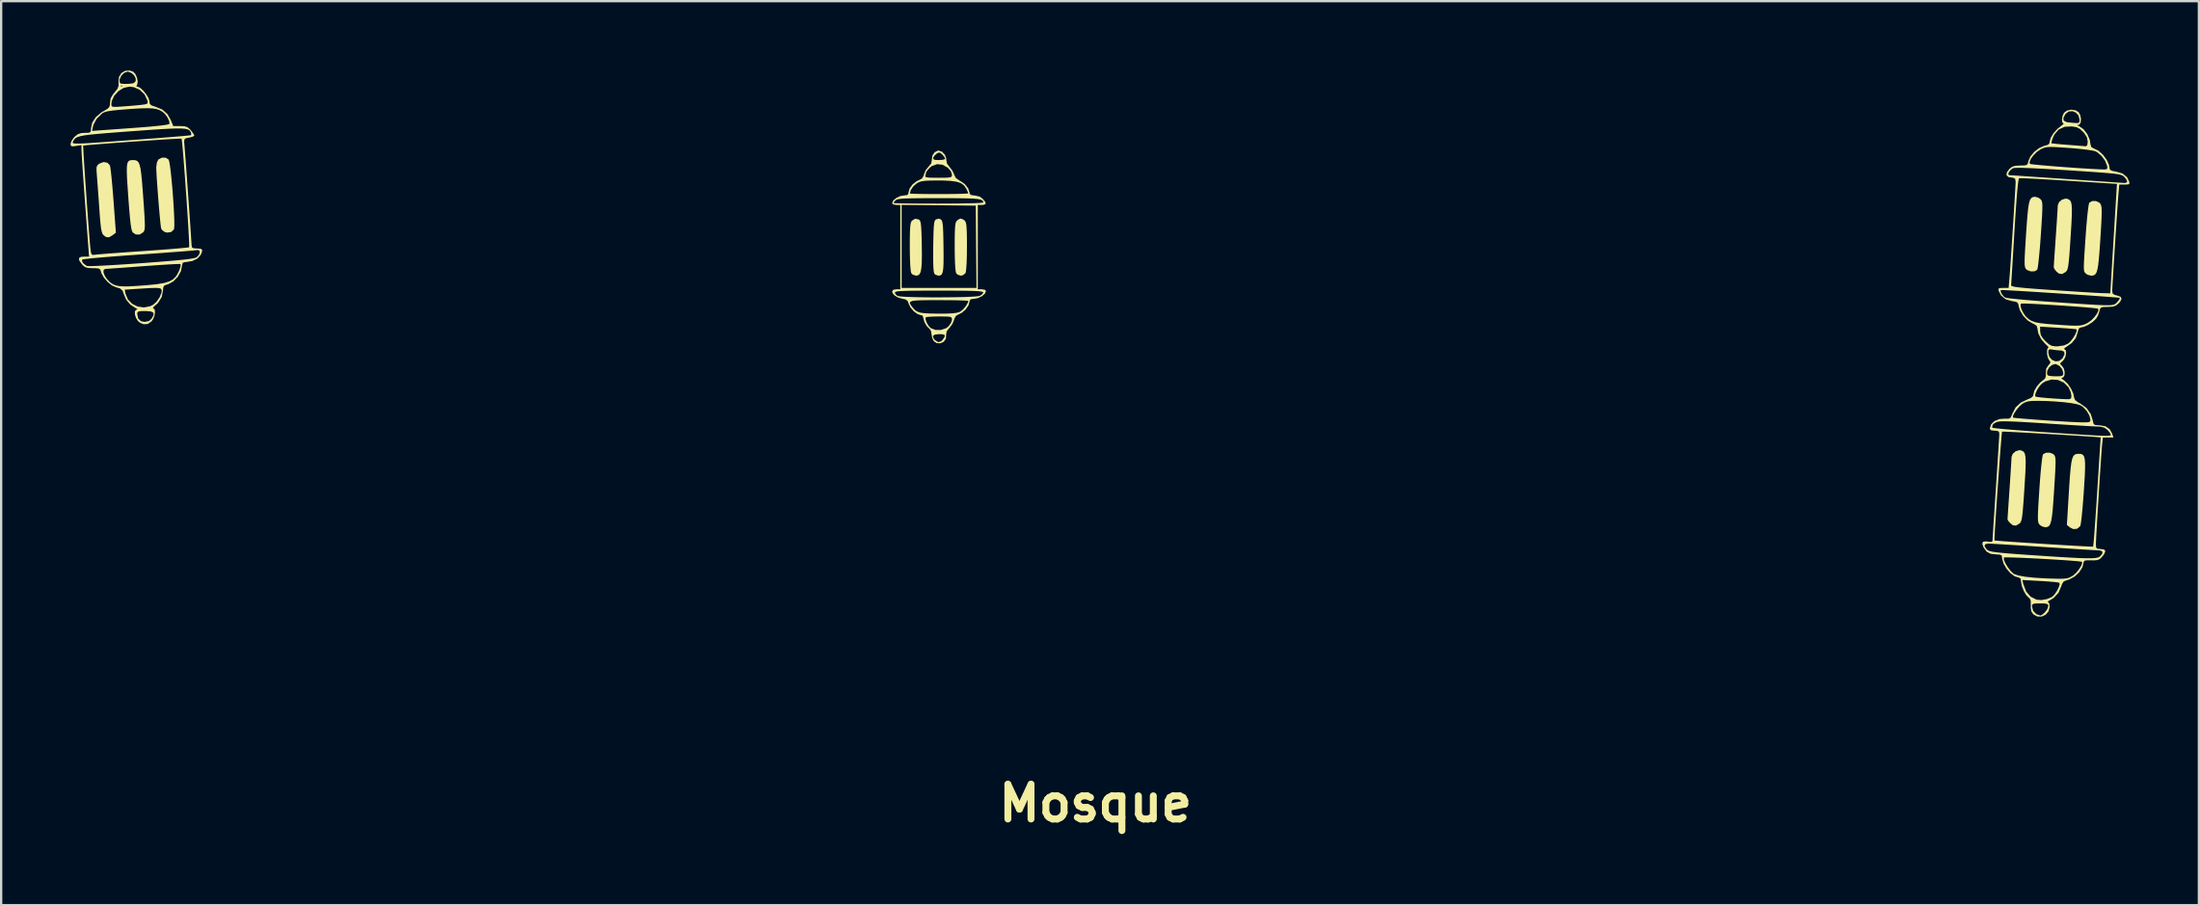
<source format=kicad_pcb>
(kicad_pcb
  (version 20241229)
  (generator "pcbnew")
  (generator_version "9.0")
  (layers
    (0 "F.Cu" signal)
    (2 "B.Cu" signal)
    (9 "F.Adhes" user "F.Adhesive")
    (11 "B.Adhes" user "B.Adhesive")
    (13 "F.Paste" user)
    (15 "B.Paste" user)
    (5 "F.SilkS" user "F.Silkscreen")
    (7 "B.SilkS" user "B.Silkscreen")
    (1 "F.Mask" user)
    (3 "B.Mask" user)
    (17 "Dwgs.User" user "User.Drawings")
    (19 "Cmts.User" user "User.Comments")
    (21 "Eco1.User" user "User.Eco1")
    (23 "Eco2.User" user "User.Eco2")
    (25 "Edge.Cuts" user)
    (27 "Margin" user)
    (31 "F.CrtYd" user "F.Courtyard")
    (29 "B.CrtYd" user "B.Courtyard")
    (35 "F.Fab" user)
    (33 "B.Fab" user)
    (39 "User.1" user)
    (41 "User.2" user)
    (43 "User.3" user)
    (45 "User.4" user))
  (footprint "Mosque"
    (layer "F.Cu")
    (at 44.303 31.682)
    (property "Reference" "Mosque" (at 0 0 0) (layer "F.SilkS") (effects (font (size 1.5 1.5) (thickness 0.3))))
    (attr board_only exclude_from_pos_files exclude_from_bom)
    (fp_poly (pts (xy -7.653 -25.247) (xy -7.614 -25.225) (xy -7.581 -25.184) (xy -7.555 -25.097) (xy -7.537 -24.95) (xy -7.523 -24.727) (xy -7.513 -24.412) (xy -7.508 -24.152) (xy -7.503 -23.714) (xy -7.508 -23.381) (xy -7.526 -23.139) (xy -7.558 -22.974) (xy -7.608 -22.874) (xy -7.678 -22.825) (xy -7.758 -22.813) (xy -7.9 -22.858) (xy -7.965 -22.927) (xy -7.986 -23.025) (xy -8.004 -23.223) (xy -8.017 -23.502) (xy -8.024 -23.844) (xy -8.026 -24.069) (xy -8.024 -24.453) (xy -8.018 -24.736) (xy -8.007 -24.935) (xy -7.989 -25.067) (xy -7.963 -25.148) (xy -7.933 -25.19) (xy -7.798 -25.274)) (stroke (width 0) (type solid)) (fill yes) (layer "F.SilkS"))
    (fp_poly (pts (xy -42.708 -27.694) (xy -42.604 -27.586) (xy -42.585 -27.502) (xy -42.56 -27.317) (xy -42.531 -27.051) (xy -42.5 -26.719) (xy -42.468 -26.341) (xy -42.448 -26.081) (xy -42.344 -24.675) (xy -42.478 -24.567) (xy -42.637 -24.473) (xy -42.773 -24.484) (xy -42.882 -24.567) (xy -42.923 -24.625) (xy -42.956 -24.717) (xy -42.985 -24.862) (xy -43.01 -25.076) (xy -43.036 -25.376) (xy -43.059 -25.699) (xy -43.085 -26.071) (xy -43.112 -26.437) (xy -43.136 -26.765) (xy -43.156 -27.027) (xy -43.165 -27.143) (xy -43.181 -27.363) (xy -43.179 -27.497) (xy -43.15 -27.577) (xy -43.089 -27.635) (xy -43.049 -27.662) (xy -42.871 -27.727)) (stroke (width 0) (type solid)) (fill yes) (layer "F.SilkS"))
    (fp_poly (pts (xy -5.718 -25.244) (xy -5.649 -25.19) (xy -5.614 -25.138) (xy -5.589 -25.05) (xy -5.573 -24.909) (xy -5.562 -24.698) (xy -5.557 -24.4) (xy -5.556 -24.069) (xy -5.56 -23.699) (xy -5.569 -23.381) (xy -5.585 -23.133) (xy -5.604 -22.973) (xy -5.617 -22.927) (xy -5.722 -22.835) (xy -5.821 -22.813) (xy -5.96 -22.858) (xy -6.025 -22.927) (xy -6.046 -23.025) (xy -6.064 -23.223) (xy -6.077 -23.502) (xy -6.084 -23.844) (xy -6.085 -24.069) (xy -6.084 -24.453) (xy -6.078 -24.736) (xy -6.067 -24.935) (xy -6.049 -25.067) (xy -6.023 -25.148) (xy -5.993 -25.19) (xy -5.885 -25.265) (xy -5.821 -25.282)) (stroke (width 0) (type solid)) (fill yes) (layer "F.SilkS"))
    (fp_poly (pts (xy 42.606 -15.103) (xy 42.678 -15.071) (xy 42.729 -15.004) (xy 42.761 -14.887) (xy 42.777 -14.708) (xy 42.776 -14.456) (xy 42.762 -14.116) (xy 42.735 -13.678) (xy 42.721 -13.464) (xy 42.692 -13.069) (xy 42.662 -12.709) (xy 42.632 -12.404) (xy 42.604 -12.169) (xy 42.58 -12.024) (xy 42.569 -11.987) (xy 42.438 -11.872) (xy 42.272 -11.855) (xy 42.126 -11.925) (xy 41.991 -12.035) (xy 42.061 -13.205) (xy 42.093 -13.728) (xy 42.122 -14.146) (xy 42.151 -14.47) (xy 42.181 -14.712) (xy 42.217 -14.884) (xy 42.261 -14.998) (xy 42.316 -15.066) (xy 42.385 -15.099) (xy 42.47 -15.11) (xy 42.513 -15.111)) (stroke (width 0) (type solid)) (fill yes) (layer "F.SilkS"))
    (fp_poly (pts (xy -6.688 -25.246) (xy -6.652 -25.212) (xy -6.624 -25.151) (xy -6.604 -25.046) (xy -6.59 -24.881) (xy -6.58 -24.641) (xy -6.573 -24.308) (xy -6.569 -24.078) (xy -6.565 -23.66) (xy -6.568 -23.344) (xy -6.58 -23.117) (xy -6.604 -22.965) (xy -6.643 -22.873) (xy -6.699 -22.827) (xy -6.774 -22.813) (xy -6.791 -22.813) (xy -6.917 -22.855) (xy -6.961 -22.894) (xy -6.988 -22.978) (xy -7.006 -23.158) (xy -7.015 -23.44) (xy -7.016 -23.83) (xy -7.013 -24.078) (xy -7.006 -24.469) (xy -6.998 -24.759) (xy -6.986 -24.963) (xy -6.97 -25.099) (xy -6.947 -25.182) (xy -6.915 -25.23) (xy -6.894 -25.246) (xy -6.767 -25.28)) (stroke (width 0) (type solid)) (fill yes) (layer "F.SilkS"))
    (fp_poly (pts (xy -40.193 -27.914) (xy -40.066 -27.835) (xy -40.037 -27.748) (xy -40.006 -27.564) (xy -39.972 -27.303) (xy -39.939 -26.985) (xy -39.906 -26.63) (xy -39.877 -26.258) (xy -39.851 -25.89) (xy -39.832 -25.545) (xy -39.82 -25.244) (xy -39.817 -25.007) (xy -39.825 -24.854) (xy -39.835 -24.812) (xy -39.955 -24.7) (xy -40.129 -24.675) (xy -40.228 -24.699) (xy -40.343 -24.781) (xy -40.387 -24.852) (xy -40.402 -24.944) (xy -40.423 -25.131) (xy -40.448 -25.393) (xy -40.476 -25.706) (xy -40.505 -26.051) (xy -40.532 -26.404) (xy -40.557 -26.745) (xy -40.578 -27.051) (xy -40.592 -27.302) (xy -40.599 -27.474) (xy -40.599 -27.498) (xy -40.575 -27.693) (xy -40.513 -27.828) (xy -40.506 -27.836) (xy -40.359 -27.915)) (stroke (width 0) (type solid)) (fill yes) (layer "F.SilkS"))
    (fp_poly (pts (xy -41.504 -27.805) (xy -41.428 -27.777) (xy -41.367 -27.717) (xy -41.319 -27.609) (xy -41.28 -27.443) (xy -41.246 -27.203) (xy -41.214 -26.879) (xy -41.181 -26.457) (xy -41.162 -26.202) (xy -41.131 -25.76) (xy -41.109 -25.42) (xy -41.096 -25.167) (xy -41.091 -24.986) (xy -41.096 -24.863) (xy -41.11 -24.782) (xy -41.132 -24.728) (xy -41.163 -24.688) (xy -41.316 -24.592) (xy -41.485 -24.595) (xy -41.613 -24.68) (xy -41.646 -24.741) (xy -41.676 -24.855) (xy -41.704 -25.034) (xy -41.733 -25.291) (xy -41.764 -25.639) (xy -41.799 -26.088) (xy -41.807 -26.207) (xy -41.84 -26.682) (xy -41.863 -27.053) (xy -41.872 -27.332) (xy -41.868 -27.532) (xy -41.848 -27.667) (xy -41.81 -27.75) (xy -41.754 -27.793) (xy -41.676 -27.808) (xy -41.6 -27.811)) (stroke (width 0) (type solid)) (fill yes) (layer "F.SilkS"))
    (fp_poly (pts (xy 40.008 -15.259) (xy 40.082 -15.228) (xy 40.138 -15.18) (xy 40.177 -15.1) (xy 40.2 -14.975) (xy 40.21 -14.792) (xy 40.206 -14.537) (xy 40.19 -14.196) (xy 40.163 -13.755) (xy 40.153 -13.602) (xy 40.124 -13.157) (xy 40.098 -12.815) (xy 40.076 -12.56) (xy 40.053 -12.378) (xy 40.029 -12.255) (xy 40.001 -12.174) (xy 39.967 -12.122) (xy 39.942 -12.097) (xy 39.789 -12.006) (xy 39.651 -12.025) (xy 39.541 -12.112) (xy 39.455 -12.212) (xy 39.424 -12.274) (xy 39.428 -12.343) (xy 39.439 -12.512) (xy 39.456 -12.763) (xy 39.477 -13.078) (xy 39.501 -13.439) (xy 39.511 -13.582) (xy 39.537 -13.963) (xy 39.559 -14.31) (xy 39.578 -14.605) (xy 39.591 -14.827) (xy 39.597 -14.957) (xy 39.598 -14.977) (xy 39.651 -15.113) (xy 39.776 -15.22) (xy 39.931 -15.268)) (stroke (width 0) (type solid)) (fill yes) (layer "F.SilkS"))
    (fp_poly (pts (xy 40.767 -26.181) (xy 40.859 -26.111) (xy 40.89 -26.07) (xy 40.912 -26.016) (xy 40.926 -25.934) (xy 40.931 -25.81) (xy 40.928 -25.628) (xy 40.916 -25.374) (xy 40.895 -25.034) (xy 40.866 -24.591) (xy 40.864 -24.569) (xy 40.835 -24.168) (xy 40.804 -23.805) (xy 40.773 -23.495) (xy 40.745 -23.257) (xy 40.72 -23.108) (xy 40.706 -23.065) (xy 40.586 -23) (xy 40.423 -22.999) (xy 40.272 -23.056) (xy 40.228 -23.094) (xy 40.199 -23.135) (xy 40.178 -23.194) (xy 40.166 -23.285) (xy 40.163 -23.424) (xy 40.168 -23.624) (xy 40.182 -23.902) (xy 40.204 -24.271) (xy 40.226 -24.608) (xy 40.259 -25.087) (xy 40.289 -25.46) (xy 40.319 -25.742) (xy 40.353 -25.945) (xy 40.395 -26.082) (xy 40.446 -26.165) (xy 40.511 -26.208) (xy 40.592 -26.222) (xy 40.628 -26.223)) (stroke (width 0) (type solid)) (fill yes) (layer "F.SilkS"))
    (fp_poly (pts (xy 41.396 -15.103) (xy 41.437 -15.067) (xy 41.466 -15.025) (xy 41.486 -14.964) (xy 41.498 -14.87) (xy 41.501 -14.726) (xy 41.495 -14.519) (xy 41.481 -14.233) (xy 41.458 -13.855) (xy 41.439 -13.553) (xy 41.407 -13.074) (xy 41.378 -12.699) (xy 41.347 -12.417) (xy 41.313 -12.214) (xy 41.272 -12.077) (xy 41.221 -11.994) (xy 41.157 -11.951) (xy 41.076 -11.937) (xy 41.04 -11.936) (xy 40.902 -11.978) (xy 40.81 -12.048) (xy 40.778 -12.089) (xy 40.756 -12.143) (xy 40.742 -12.226) (xy 40.737 -12.351) (xy 40.74 -12.534) (xy 40.752 -12.789) (xy 40.772 -13.132) (xy 40.801 -13.577) (xy 40.801 -13.586) (xy 40.831 -14.008) (xy 40.863 -14.382) (xy 40.894 -14.692) (xy 40.923 -14.924) (xy 40.948 -15.061) (xy 40.96 -15.091) (xy 41.081 -15.157) (xy 41.245 -15.16)) (stroke (width 0) (type solid)) (fill yes) (layer "F.SilkS"))
    (fp_poly (pts (xy 42.007 -26.136) (xy 42.08 -26.105) (xy 42.136 -26.057) (xy 42.175 -25.978) (xy 42.198 -25.853) (xy 42.207 -25.67) (xy 42.203 -25.415) (xy 42.188 -25.073) (xy 42.161 -24.632) (xy 42.151 -24.481) (xy 42.122 -24.035) (xy 42.097 -23.693) (xy 42.074 -23.438) (xy 42.052 -23.256) (xy 42.028 -23.132) (xy 42 -23.051) (xy 41.966 -23) (xy 41.94 -22.975) (xy 41.788 -22.884) (xy 41.65 -22.903) (xy 41.54 -22.989) (xy 41.453 -23.1) (xy 41.423 -23.18) (xy 41.427 -23.259) (xy 41.438 -23.436) (xy 41.455 -23.694) (xy 41.477 -24.013) (xy 41.502 -24.376) (xy 41.51 -24.489) (xy 41.536 -24.865) (xy 41.559 -25.208) (xy 41.577 -25.498) (xy 41.59 -25.715) (xy 41.597 -25.839) (xy 41.597 -25.854) (xy 41.65 -25.99) (xy 41.776 -26.097) (xy 41.93 -26.145)) (stroke (width 0) (type solid)) (fill yes) (layer "F.SilkS"))
    (fp_poly (pts (xy 43.247 -26.039) (xy 43.393 -25.971) (xy 43.443 -25.914) (xy 43.469 -25.858) (xy 43.486 -25.776) (xy 43.495 -25.654) (xy 43.495 -25.476) (xy 43.486 -25.227) (xy 43.468 -24.892) (xy 43.441 -24.457) (xy 43.437 -24.4) (xy 43.405 -23.926) (xy 43.375 -23.557) (xy 43.345 -23.279) (xy 43.31 -23.08) (xy 43.268 -22.947) (xy 43.215 -22.867) (xy 43.148 -22.827) (xy 43.064 -22.814) (xy 43.034 -22.813) (xy 42.885 -22.853) (xy 42.808 -22.905) (xy 42.775 -22.939) (xy 42.75 -22.974) (xy 42.734 -23.026) (xy 42.725 -23.108) (xy 42.724 -23.235) (xy 42.73 -23.419) (xy 42.745 -23.677) (xy 42.767 -24.02) (xy 42.797 -24.464) (xy 42.805 -24.577) (xy 42.834 -24.967) (xy 42.865 -25.317) (xy 42.896 -25.609) (xy 42.925 -25.825) (xy 42.95 -25.949) (xy 42.959 -25.969) (xy 43.085 -26.04)) (stroke (width 0) (type solid)) (fill yes) (layer "F.SilkS"))
    (fp_poly (pts (xy -6.632 -28.171) (xy -6.51 -28.043) (xy -6.449 -27.883) (xy -6.449 -27.826) (xy -6.419 -27.659) (xy -6.305 -27.51) (xy -6.188 -27.358) (xy -6.113 -27.201) (xy -6.109 -27.182) (xy -6.04 -27.041) (xy -5.884 -26.928) (xy -5.844 -26.909) (xy -5.646 -26.772) (xy -5.502 -26.587) (xy -5.439 -26.393) (xy -5.439 -26.373) (xy -5.398 -26.307) (xy -5.266 -26.282) (xy -5.23 -26.282) (xy -5.005 -26.232) (xy -4.877 -26.138) (xy -4.761 -25.999) (xy -4.748 -25.913) (xy -4.838 -25.874) (xy -4.909 -25.87) (xy -5.086 -25.87) (xy -5.086 -24.048) (xy -5.086 -22.225) (xy -4.909 -22.225) (xy -4.772 -22.2) (xy -4.733 -22.141) (xy -4.785 -22.029) (xy -4.914 -21.921) (xy -5.084 -21.841) (xy -5.241 -21.813) (xy -5.383 -21.797) (xy -5.436 -21.738) (xy -5.439 -21.711) (xy -5.488 -21.532) (xy -5.613 -21.35) (xy -5.781 -21.206) (xy -5.871 -21.162) (xy -6.024 -21.081) (xy -6.097 -20.961) (xy -6.111 -20.902) (xy -6.178 -20.736) (xy -6.295 -20.574) (xy -6.313 -20.557) (xy -6.431 -20.41) (xy -6.455 -20.273) (xy -6.452 -20.251) (xy -6.467 -20.08) (xy -6.563 -19.953) (xy -6.707 -19.887) (xy -6.866 -19.898) (xy -6.988 -19.981) (xy -7.058 -20.117) (xy -7.073 -20.201) (xy -7.028 -20.201) (xy -6.996 -20.097) (xy -6.934 -20.024) (xy -6.798 -19.94) (xy -6.672 -19.972) (xy -6.589 -20.063) (xy -6.514 -20.187) (xy -6.522 -20.254) (xy -6.624 -20.281) (xy -6.762 -20.285) (xy -6.949 -20.264) (xy -7.028 -20.201) (xy -7.073 -20.201) (xy -7.085 -20.272) (xy -7.108 -20.415) (xy -7.162 -20.502) (xy -7.288 -20.625) (xy -7.392 -20.799) (xy -7.428 -20.931) (xy -7.346 -20.931) (xy -7.303 -20.798) (xy -7.225 -20.658) (xy -7.132 -20.554) (xy -7.125 -20.548) (xy -6.917 -20.467) (xy -6.677 -20.467) (xy -6.455 -20.543) (xy -6.358 -20.616) (xy -6.254 -20.756) (xy -6.204 -20.895) (xy -6.203 -20.91) (xy -6.208 -20.975) (xy -6.238 -21.016) (xy -6.314 -21.038) (xy -6.46 -21.047) (xy -6.697 -21.049) (xy -6.752 -21.049) (xy -6.994 -21.046) (xy -7.19 -21.036) (xy -7.311 -21.023) (xy -7.335 -21.015) (xy -7.346 -20.931) (xy -7.428 -20.931) (xy -7.438 -20.966) (xy -7.438 -20.974) (xy -7.472 -21.083) (xy -7.551 -21.108) (xy -7.698 -21.156) (xy -7.859 -21.277) (xy -7.996 -21.438) (xy -8.073 -21.598) (xy -8.087 -21.634) (xy -8.024 -21.634) (xy -7.996 -21.565) (xy -7.93 -21.472) (xy -7.9 -21.434) (xy -7.811 -21.335) (xy -7.713 -21.264) (xy -7.584 -21.217) (xy -7.402 -21.19) (xy -7.147 -21.176) (xy -6.797 -21.171) (xy -6.773 -21.17) (xy -6.418 -21.173) (xy -6.16 -21.186) (xy -5.981 -21.211) (xy -5.86 -21.25) (xy -5.848 -21.256) (xy -5.721 -21.355) (xy -5.599 -21.501) (xy -5.515 -21.648) (xy -5.497 -21.722) (xy -5.553 -21.732) (xy -5.71 -21.74) (xy -5.95 -21.747) (xy -6.257 -21.752) (xy -6.614 -21.754) (xy -6.762 -21.755) (xy -7.199 -21.754) (xy -7.531 -21.75) (xy -7.768 -21.739) (xy -7.922 -21.718) (xy -8.003 -21.684) (xy -8.024 -21.634) (xy -8.087 -21.634) (xy -8.125 -21.728) (xy -8.22 -21.79) (xy -8.337 -21.813) (xy -8.521 -21.863) (xy -8.667 -21.945) (xy -8.761 -22.041) (xy -8.772 -22.076) (xy -8.672 -22.076) (xy -8.624 -21.987) (xy -8.54 -21.933) (xy -8.435 -21.915) (xy -8.233 -21.9) (xy -7.952 -21.889) (xy -7.611 -21.881) (xy -7.23 -21.876) (xy -6.827 -21.875) (xy -6.421 -21.877) (xy -6.032 -21.882) (xy -5.679 -21.89) (xy -5.379 -21.902) (xy -5.154 -21.917) (xy -5.02 -21.934) (xy -5 -21.94) (xy -4.891 -22.016) (xy -4.851 -22.087) (xy -4.87 -22.11) (xy -4.934 -22.127) (xy -5.054 -22.141) (xy -5.24 -22.152) (xy -5.503 -22.159) (xy -5.853 -22.163) (xy -6.302 -22.166) (xy -6.762 -22.166) (xy -7.291 -22.166) (xy -7.714 -22.164) (xy -8.043 -22.16) (xy -8.288 -22.153) (xy -8.462 -22.144) (xy -8.576 -22.131) (xy -8.641 -22.113) (xy -8.669 -22.091) (xy -8.672 -22.076) (xy -8.772 -22.076) (xy -8.791 -22.132) (xy -8.744 -22.199) (xy -8.614 -22.225) (xy -8.437 -22.225) (xy -8.437 -24.048) (xy -8.437 -24.078) (xy -8.378 -24.078) (xy -8.378 -22.284) (xy -6.761 -22.284) (xy -5.143 -22.284) (xy -5.159 -24.062) (xy -5.174 -25.841) (xy -6.776 -25.857) (xy -8.378 -25.872) (xy -8.378 -24.078) (xy -8.437 -24.078) (xy -8.437 -25.87) (xy -8.614 -25.87) (xy -8.751 -25.896) (xy -8.79 -25.954) (xy -8.79 -25.954) (xy -8.731 -25.954) (xy -8.675 -25.948) (xy -8.514 -25.943) (xy -8.264 -25.938) (xy -7.937 -25.934) (xy -7.547 -25.931) (xy -7.108 -25.93) (xy -6.791 -25.929) (xy -6.327 -25.931) (xy -5.902 -25.934) (xy -5.531 -25.941) (xy -5.228 -25.948) (xy -5.005 -25.958) (xy -4.877 -25.969) (xy -4.851 -25.976) (xy -4.859 -26.028) (xy -4.892 -26.069) (xy -4.962 -26.101) (xy -5.079 -26.126) (xy -5.257 -26.143) (xy -5.505 -26.154) (xy -5.837 -26.16) (xy -6.263 -26.164) (xy -6.769 -26.164) (xy -7.282 -26.164) (xy -7.69 -26.161) (xy -8.005 -26.156) (xy -8.241 -26.149) (xy -8.409 -26.137) (xy -8.523 -26.121) (xy -8.594 -26.101) (xy -8.636 -26.075) (xy -8.639 -26.072) (xy -8.712 -25.989) (xy -8.731 -25.954) (xy -8.79 -25.954) (xy -8.738 -26.066) (xy -8.609 -26.174) (xy -8.439 -26.254) (xy -8.282 -26.282) (xy -8.145 -26.296) (xy -8.09 -26.35) (xy -8.089 -26.366) (xy -8.026 -26.366) (xy -7.97 -26.359) (xy -7.813 -26.352) (xy -7.573 -26.347) (xy -7.266 -26.343) (xy -6.909 -26.341) (xy -6.762 -26.341) (xy -6.39 -26.342) (xy -6.062 -26.346) (xy -5.794 -26.352) (xy -5.603 -26.36) (xy -5.506 -26.369) (xy -5.497 -26.373) (xy -5.522 -26.442) (xy -5.582 -26.568) (xy -5.59 -26.583) (xy -5.681 -26.715) (xy -5.812 -26.81) (xy -5.998 -26.874) (xy -6.258 -26.911) (xy -6.609 -26.927) (xy -6.804 -26.928) (xy -7.121 -26.926) (xy -7.347 -26.916) (xy -7.505 -26.895) (xy -7.621 -26.861) (xy -7.718 -26.811) (xy -7.869 -26.681) (xy -7.982 -26.516) (xy -8.026 -26.366) (xy -8.089 -26.366) (xy -8.084 -26.405) (xy -8.034 -26.583) (xy -7.904 -26.761) (xy -7.726 -26.899) (xy -7.646 -26.936) (xy -7.497 -27.016) (xy -7.45 -27.097) (xy -7.359 -27.097) (xy -7.315 -27.07) (xy -7.207 -27.054) (xy -7.015 -27.047) (xy -6.797 -27.046) (xy -6.529 -27.047) (xy -6.356 -27.054) (xy -6.259 -27.07) (xy -6.215 -27.103) (xy -6.203 -27.156) (xy -6.203 -27.188) (xy -6.253 -27.334) (xy -6.384 -27.482) (xy -6.612 -27.61) (xy -6.85 -27.634) (xy -7.072 -27.554) (xy -7.165 -27.479) (xy -7.266 -27.367) (xy -7.318 -27.287) (xy -7.32 -27.278) (xy -7.339 -27.188) (xy -7.356 -27.139) (xy -7.359 -27.097) (xy -7.45 -27.097) (xy -7.424 -27.142) (xy -7.411 -27.2) (xy -7.34 -27.374) (xy -7.218 -27.525) (xy -7.215 -27.528) (xy -7.098 -27.666) (xy -7.073 -27.818) (xy -7.075 -27.831) (xy -7.064 -27.907) (xy -7.016 -27.907) (xy -7.005 -27.846) (xy -6.926 -27.818) (xy -6.766 -27.811) (xy -6.607 -27.822) (xy -6.51 -27.851) (xy -6.497 -27.869) (xy -6.535 -27.95) (xy -6.619 -28.05) (xy -6.717 -28.131) (xy -6.799 -28.128) (xy -6.869 -28.087) (xy -6.974 -27.987) (xy -7.016 -27.907) (xy -7.064 -27.907) (xy -7.05 -28.006) (xy -6.953 -28.148) (xy -6.813 -28.22) (xy -6.782 -28.222)) (stroke (width 0) (type solid)) (fill yes) (layer "F.SilkS"))
    (fp_poly (pts (xy -41.597 -31.632) (xy -41.502 -31.532) (xy -41.431 -31.374) (xy -41.4 -31.207) (xy -41.421 -31.078) (xy -41.431 -31.063) (xy -41.461 -31) (xy -41.407 -30.986) (xy -41.298 -30.938) (xy -41.165 -30.818) (xy -41.035 -30.659) (xy -40.935 -30.494) (xy -40.893 -30.357) (xy -40.893 -30.351) (xy -40.878 -30.244) (xy -40.813 -30.178) (xy -40.666 -30.126) (xy -40.641 -30.119) (xy -40.336 -29.995) (xy -40.117 -29.801) (xy -39.973 -29.546) (xy -39.864 -29.281) (xy -39.56 -29.281) (xy -39.368 -29.271) (xy -39.243 -29.23) (xy -39.139 -29.139) (xy -39.105 -29.1) (xy -39.008 -28.974) (xy -38.956 -28.883) (xy -38.953 -28.87) (xy -39.004 -28.83) (xy -39.133 -28.791) (xy -39.18 -28.782) (xy -39.323 -28.752) (xy -39.384 -28.702) (xy -39.392 -28.594) (xy -39.384 -28.498) (xy -39.373 -28.361) (xy -39.355 -28.131) (xy -39.331 -27.825) (xy -39.304 -27.459) (xy -39.274 -27.05) (xy -39.243 -26.613) (xy -39.211 -26.166) (xy -39.179 -25.724) (xy -39.15 -25.304) (xy -39.123 -24.922) (xy -39.101 -24.594) (xy -39.084 -24.338) (xy -39.073 -24.168) (xy -39.07 -24.106) (xy -39.05 -24.029) (xy -38.97 -23.995) (xy -38.835 -23.989) (xy -38.675 -23.976) (xy -38.611 -23.924) (xy -38.632 -23.812) (xy -38.688 -23.695) (xy -38.824 -23.549) (xy -39.042 -23.447) (xy -39.31 -23.402) (xy -39.349 -23.401) (xy -39.452 -23.372) (xy -39.482 -23.264) (xy -39.482 -23.258) (xy -39.533 -23.008) (xy -39.667 -22.766) (xy -39.859 -22.567) (xy -40.081 -22.444) (xy -40.128 -22.431) (xy -40.249 -22.388) (xy -40.297 -22.306) (xy -40.305 -22.188) (xy -40.361 -21.894) (xy -40.519 -21.638) (xy -40.641 -21.527) (xy -40.729 -21.448) (xy -40.741 -21.406) (xy -40.731 -21.404) (xy -40.669 -21.354) (xy -40.652 -21.235) (xy -40.676 -21.081) (xy -40.736 -20.93) (xy -40.802 -20.841) (xy -40.966 -20.724) (xy -41.139 -20.713) (xy -41.287 -20.767) (xy -41.396 -20.858) (xy -41.477 -20.994) (xy -41.522 -21.141) (xy -41.522 -21.163) (xy -41.422 -21.163) (xy -41.381 -20.961) (xy -41.26 -20.844) (xy -41.1 -20.814) (xy -40.913 -20.851) (xy -40.808 -20.945) (xy -40.718 -21.104) (xy -40.719 -21.207) (xy -40.82 -21.264) (xy -41.026 -21.284) (xy -41.069 -21.284) (xy -41.266 -21.28) (xy -41.372 -21.262) (xy -41.415 -21.219) (xy -41.422 -21.163) (xy -41.522 -21.163) (xy -41.522 -21.267) (xy -41.469 -21.339) (xy -41.437 -21.345) (xy -41.408 -21.364) (xy -41.483 -21.412) (xy -41.515 -21.427) (xy -41.728 -21.571) (xy -41.902 -21.781) (xy -41.99 -21.985) (xy -42.056 -22.164) (xy -42.105 -22.207) (xy -41.962 -22.207) (xy -41.926 -22.027) (xy -41.823 -21.782) (xy -41.638 -21.595) (xy -41.4 -21.477) (xy -41.133 -21.439) (xy -40.864 -21.49) (xy -40.728 -21.558) (xy -40.58 -21.694) (xy -40.453 -21.881) (xy -40.375 -22.072) (xy -40.364 -22.152) (xy -40.37 -22.209) (xy -40.399 -22.249) (xy -40.467 -22.274) (xy -40.591 -22.283) (xy -40.786 -22.28) (xy -41.069 -22.265) (xy -41.383 -22.245) (xy -41.962 -22.207) (xy -42.105 -22.207) (xy -42.169 -22.262) (xy -42.33 -22.309) (xy -42.508 -22.387) (xy -42.698 -22.539) (xy -42.863 -22.728) (xy -42.97 -22.92) (xy -42.984 -22.968) (xy -42.882 -22.968) (xy -42.836 -22.832) (xy -42.743 -22.682) (xy -42.616 -22.543) (xy -42.466 -22.439) (xy -42.465 -22.439) (xy -42.352 -22.394) (xy -42.216 -22.364) (xy -42.04 -22.35) (xy -41.805 -22.35) (xy -41.494 -22.366) (xy -41.089 -22.395) (xy -40.979 -22.404) (xy -40.572 -22.444) (xy -40.264 -22.495) (xy -40.038 -22.563) (xy -39.873 -22.653) (xy -39.753 -22.773) (xy -39.709 -22.838) (xy -39.616 -23.014) (xy -39.557 -23.177) (xy -39.542 -23.29) (xy -39.553 -23.315) (xy -39.616 -23.318) (xy -39.781 -23.313) (xy -40.032 -23.3) (xy -40.354 -23.28) (xy -40.73 -23.254) (xy -41.133 -23.225) (xy -41.553 -23.194) (xy -41.937 -23.165) (xy -42.27 -23.141) (xy -42.534 -23.123) (xy -42.713 -23.111) (xy -42.789 -23.107) (xy -42.87 -23.068) (xy -42.882 -22.968) (xy -42.984 -22.968) (xy -42.986 -22.977) (xy -43.013 -23.068) (xy -43.068 -23.116) (xy -43.183 -23.134) (xy -43.342 -23.136) (xy -43.542 -23.145) (xy -43.67 -23.18) (xy -43.769 -23.258) (xy -43.808 -23.301) (xy -43.906 -23.438) (xy -43.809 -23.438) (xy -43.745 -23.34) (xy -43.632 -23.253) (xy -43.583 -23.231) (xy -43.501 -23.226) (xy -43.317 -23.229) (xy -43.042 -23.241) (xy -42.69 -23.259) (xy -42.275 -23.284) (xy -41.81 -23.314) (xy -41.309 -23.349) (xy -41.233 -23.354) (xy -40.617 -23.4) (xy -40.11 -23.441) (xy -39.702 -23.477) (xy -39.384 -23.509) (xy -39.148 -23.538) (xy -38.985 -23.566) (xy -38.886 -23.593) (xy -38.854 -23.608) (xy -38.752 -23.716) (xy -38.717 -23.819) (xy -38.732 -23.897) (xy -38.797 -23.921) (xy -38.938 -23.908) (xy -39.045 -23.897) (xy -39.255 -23.879) (xy -39.554 -23.855) (xy -39.927 -23.827) (xy -40.361 -23.794) (xy -40.841 -23.76) (xy -41.354 -23.724) (xy -41.451 -23.717) (xy -41.96 -23.681) (xy -42.432 -23.645) (xy -42.854 -23.611) (xy -43.214 -23.58) (xy -43.499 -23.553) (xy -43.696 -23.53) (xy -43.791 -23.514) (xy -43.798 -23.512) (xy -43.809 -23.438) (xy -43.906 -23.438) (xy -43.925 -23.464) (xy -43.942 -23.57) (xy -43.857 -23.625) (xy -43.727 -23.636) (xy -43.504 -23.636) (xy -43.666 -25.826) (xy -43.703 -26.331) (xy -43.737 -26.807) (xy -43.767 -27.239) (xy -43.793 -27.613) (xy -43.812 -27.913) (xy -43.825 -28.126) (xy -43.83 -28.236) (xy -43.83 -28.238) (xy -43.832 -28.435) (xy -43.757 -28.435) (xy -43.757 -28.375) (xy -43.749 -28.213) (xy -43.735 -27.965) (xy -43.714 -27.647) (xy -43.69 -27.273) (xy -43.662 -26.861) (xy -43.631 -26.424) (xy -43.6 -25.98) (xy -43.568 -25.543) (xy -43.538 -25.128) (xy -43.509 -24.753) (xy -43.484 -24.431) (xy -43.463 -24.179) (xy -43.447 -24.012) (xy -43.446 -24.002) (xy -43.423 -23.822) (xy -43.393 -23.734) (xy -43.333 -23.709) (xy -43.226 -23.721) (xy -43.122 -23.732) (xy -42.918 -23.749) (xy -42.627 -23.772) (xy -42.266 -23.799) (xy -41.849 -23.829) (xy -41.394 -23.861) (xy -41.128 -23.879) (xy -40.666 -23.911) (xy -40.241 -23.942) (xy -39.869 -23.972) (xy -39.563 -23.998) (xy -39.337 -24.02) (xy -39.206 -24.036) (xy -39.178 -24.042) (xy -39.175 -24.105) (xy -39.179 -24.27) (xy -39.191 -24.522) (xy -39.209 -24.845) (xy -39.232 -25.224) (xy -39.259 -25.644) (xy -39.289 -26.089) (xy -39.321 -26.544) (xy -39.353 -26.994) (xy -39.386 -27.424) (xy -39.416 -27.817) (xy -39.444 -28.16) (xy -39.469 -28.437) (xy -39.489 -28.631) (xy -39.504 -28.729) (xy -39.507 -28.737) (xy -39.568 -28.738) (xy -39.731 -28.731) (xy -39.978 -28.718) (xy -40.295 -28.698) (xy -40.665 -28.674) (xy -41.072 -28.647) (xy -41.5 -28.617) (xy -41.933 -28.586) (xy -42.354 -28.555) (xy -42.749 -28.525) (xy -43.1 -28.497) (xy -43.391 -28.473) (xy -43.608 -28.454) (xy -43.733 -28.44) (xy -43.757 -28.435) (xy -43.832 -28.435) (xy -43.833 -28.459) (xy -44.068 -28.421) (xy -44.218 -28.403) (xy -44.286 -28.423) (xy -44.303 -28.494) (xy -44.303 -28.513) (xy -44.286 -28.565) (xy -44.213 -28.565) (xy -44.198 -28.545) (xy -44.153 -28.532) (xy -44.068 -28.525) (xy -43.935 -28.525) (xy -43.743 -28.532) (xy -43.482 -28.546) (xy -43.144 -28.569) (xy -42.719 -28.599) (xy -42.198 -28.637) (xy -41.569 -28.683) (xy -41.458 -28.691) (xy -40.946 -28.73) (xy -40.471 -28.766) (xy -40.046 -28.8) (xy -39.683 -28.83) (xy -39.397 -28.855) (xy -39.197 -28.874) (xy -39.099 -28.886) (xy -39.09 -28.888) (xy -39.088 -28.955) (xy -39.102 -29.002) (xy -39.131 -29.06) (xy -39.177 -29.106) (xy -39.249 -29.14) (xy -39.359 -29.164) (xy -39.517 -29.176) (xy -39.735 -29.177) (xy -40.022 -29.167) (xy -40.389 -29.147) (xy -40.847 -29.117) (xy -41.407 -29.077) (xy -41.698 -29.056) (xy -42.285 -29.012) (xy -42.767 -28.974) (xy -43.154 -28.941) (xy -43.458 -28.911) (xy -43.69 -28.881) (xy -43.861 -28.849) (xy -43.983 -28.814) (xy -44.066 -28.774) (xy -44.123 -28.726) (xy -44.165 -28.669) (xy -44.191 -28.624) (xy -44.207 -28.592) (xy -44.213 -28.565) (xy -44.286 -28.565) (xy -44.263 -28.636) (xy -44.164 -28.78) (xy -44.131 -28.815) (xy -43.989 -28.93) (xy -43.834 -28.979) (xy -43.69 -28.987) (xy -43.526 -28.991) (xy -43.447 -29.02) (xy -43.431 -29.072) (xy -43.372 -29.072) (xy -41.711 -29.191) (xy -41.154 -29.233) (xy -40.711 -29.271) (xy -40.381 -29.306) (xy -40.16 -29.337) (xy -40.045 -29.366) (xy -40.027 -29.379) (xy -40.038 -29.494) (xy -40.11 -29.649) (xy -40.219 -29.8) (xy -40.328 -29.899) (xy -40.451 -29.969) (xy -40.587 -30.017) (xy -40.755 -30.045) (xy -40.974 -30.054) (xy -41.266 -30.047) (xy -41.647 -30.025) (xy -41.795 -30.014) (xy -42.177 -29.984) (xy -42.459 -29.956) (xy -42.661 -29.928) (xy -42.801 -29.895) (xy -42.896 -29.855) (xy -42.938 -29.828) (xy -43.174 -29.597) (xy -43.315 -29.333) (xy -43.337 -29.25) (xy -43.372 -29.072) (xy -43.431 -29.072) (xy -43.423 -29.096) (xy -43.421 -29.184) (xy -43.365 -29.433) (xy -43.21 -29.67) (xy -42.971 -29.872) (xy -42.876 -29.927) (xy -42.713 -30.021) (xy -42.63 -30.102) (xy -42.601 -30.205) (xy -42.6 -30.232) (xy -42.539 -30.232) (xy -42.535 -30.166) (xy -42.507 -30.127) (xy -42.433 -30.111) (xy -42.29 -30.113) (xy -42.055 -30.128) (xy -42.025 -30.13) (xy -41.748 -30.152) (xy -41.476 -30.175) (xy -41.261 -30.196) (xy -41.226 -30.2) (xy -41.057 -30.225) (xy -40.98 -30.259) (xy -40.966 -30.321) (xy -40.979 -30.381) (xy -41.102 -30.645) (xy -41.308 -30.846) (xy -41.572 -30.964) (xy -41.755 -30.986) (xy -42.003 -30.934) (xy -42.231 -30.795) (xy -42.413 -30.597) (xy -42.521 -30.366) (xy -42.539 -30.232) (xy -42.6 -30.232) (xy -42.598 -30.295) (xy -42.57 -30.477) (xy -42.473 -30.649) (xy -42.401 -30.736) (xy -42.28 -30.887) (xy -42.229 -31.013) (xy -42.229 -31.015) (xy -42.128 -31.015) (xy -42.098 -30.986) (xy -42.069 -31.015) (xy -42.098 -31.044) (xy -42.128 -31.015) (xy -42.229 -31.015) (xy -42.229 -31.161) (xy -42.231 -31.18) (xy -42.225 -31.25) (xy -42.186 -31.25) (xy -42.175 -31.159) (xy -42.12 -31.116) (xy -41.99 -31.104) (xy -41.927 -31.103) (xy -41.745 -31.111) (xy -41.603 -31.131) (xy -41.574 -31.139) (xy -41.489 -31.218) (xy -41.486 -31.335) (xy -41.546 -31.461) (xy -41.656 -31.569) (xy -41.798 -31.628) (xy -41.847 -31.632) (xy -41.988 -31.581) (xy -42.112 -31.456) (xy -42.182 -31.299) (xy -42.186 -31.25) (xy -42.225 -31.25) (xy -42.211 -31.404) (xy -42.106 -31.574) (xy -41.94 -31.672) (xy -41.739 -31.682)) (stroke (width 0) (type solid)) (fill yes) (layer "F.SilkS"))
    (fp_poly (pts (xy 42.37 -29.961) (xy 42.501 -29.879) (xy 42.57 -29.752) (xy 42.599 -29.596) (xy 42.589 -29.449) (xy 42.539 -29.353) (xy 42.495 -29.336) (xy 42.432 -29.326) (xy 42.476 -29.298) (xy 42.51 -29.283) (xy 42.707 -29.147) (xy 42.873 -28.933) (xy 42.981 -28.682) (xy 43.009 -28.489) (xy 43.053 -28.366) (xy 43.147 -28.318) (xy 43.353 -28.218) (xy 43.551 -28.04) (xy 43.714 -27.82) (xy 43.814 -27.592) (xy 43.833 -27.466) (xy 43.856 -27.392) (xy 43.942 -27.346) (xy 44.119 -27.312) (xy 44.121 -27.312) (xy 44.4 -27.229) (xy 44.592 -27.068) (xy 44.682 -26.885) (xy 44.697 -26.8) (xy 44.654 -26.762) (xy 44.526 -26.752) (xy 44.488 -26.752) (xy 44.254 -26.752) (xy 44.218 -26.326) (xy 44.203 -26.142) (xy 44.184 -25.871) (xy 44.16 -25.532) (xy 44.134 -25.141) (xy 44.106 -24.716) (xy 44.077 -24.273) (xy 44.049 -23.831) (xy 44.022 -23.406) (xy 43.998 -23.016) (xy 43.978 -22.677) (xy 43.962 -22.408) (xy 43.953 -22.226) (xy 43.95 -22.154) (xy 43.969 -22.042) (xy 44.046 -21.984) (xy 44.156 -21.957) (xy 44.31 -21.902) (xy 44.355 -21.813) (xy 44.29 -21.685) (xy 44.217 -21.605) (xy 44.103 -21.515) (xy 43.965 -21.472) (xy 43.756 -21.461) (xy 43.754 -21.461) (xy 43.569 -21.457) (xy 43.47 -21.435) (xy 43.423 -21.376) (xy 43.396 -21.27) (xy 43.336 -21.091) (xy 43.252 -20.951) (xy 43.1 -20.809) (xy 42.909 -20.683) (xy 42.723 -20.599) (xy 42.62 -20.579) (xy 42.53 -20.552) (xy 42.478 -20.453) (xy 42.457 -20.358) (xy 42.373 -20.11) (xy 42.204 -19.904) (xy 42.004 -19.76) (xy 41.897 -19.686) (xy 41.865 -19.642) (xy 41.878 -19.638) (xy 41.941 -19.591) (xy 41.958 -19.477) (xy 41.934 -19.332) (xy 41.872 -19.195) (xy 41.808 -19.123) (xy 41.714 -19.04) (xy 41.706 -18.985) (xy 41.779 -18.913) (xy 41.858 -18.799) (xy 41.894 -18.652) (xy 41.888 -18.512) (xy 41.838 -18.419) (xy 41.789 -18.402) (xy 41.752 -18.382) (xy 41.818 -18.319) (xy 41.874 -18.281) (xy 42.026 -18.139) (xy 42.166 -17.935) (xy 42.268 -17.716) (xy 42.304 -17.537) (xy 42.346 -17.433) (xy 42.483 -17.331) (xy 42.566 -17.287) (xy 42.837 -17.094) (xy 43.025 -16.824) (xy 43.109 -16.554) (xy 43.138 -16.422) (xy 43.195 -16.362) (xy 43.317 -16.346) (xy 43.386 -16.345) (xy 43.652 -16.304) (xy 43.839 -16.176) (xy 43.941 -15.994) (xy 44.003 -15.816) (xy 43.775 -15.816) (xy 43.547 -15.816) (xy 43.514 -15.508) (xy 43.502 -15.367) (xy 43.484 -15.13) (xy 43.462 -14.815) (xy 43.437 -14.44) (xy 43.409 -14.021) (xy 43.381 -13.576) (xy 43.353 -13.123) (xy 43.325 -12.679) (xy 43.3 -12.261) (xy 43.279 -11.887) (xy 43.261 -11.574) (xy 43.25 -11.34) (xy 43.244 -11.202) (xy 43.244 -11.186) (xy 43.255 -11.058) (xy 43.309 -11.005) (xy 43.444 -10.995) (xy 43.45 -10.995) (xy 43.603 -10.972) (xy 43.653 -10.9) (xy 43.602 -10.774) (xy 43.514 -10.66) (xy 43.418 -10.564) (xy 43.315 -10.517) (xy 43.162 -10.504) (xy 43.044 -10.506) (xy 42.85 -10.506) (xy 42.749 -10.486) (xy 42.716 -10.438) (xy 42.716 -10.427) (xy 42.663 -10.206) (xy 42.523 -9.988) (xy 42.322 -9.801) (xy 42.087 -9.674) (xy 41.992 -9.647) (xy 41.855 -9.593) (xy 41.78 -9.48) (xy 41.758 -9.408) (xy 41.628 -9.104) (xy 41.418 -8.877) (xy 41.292 -8.8) (xy 41.186 -8.739) (xy 41.161 -8.706) (xy 41.172 -8.703) (xy 41.225 -8.649) (xy 41.246 -8.507) (xy 41.246 -8.5) (xy 41.198 -8.301) (xy 41.074 -8.155) (xy 40.904 -8.075) (xy 40.718 -8.074) (xy 40.546 -8.167) (xy 40.536 -8.177) (xy 40.454 -8.295) (xy 40.428 -8.455) (xy 40.429 -8.507) (xy 40.481 -8.507) (xy 40.534 -8.315) (xy 40.676 -8.175) (xy 40.851 -8.119) (xy 40.921 -8.153) (xy 41.028 -8.244) (xy 41.042 -8.258) (xy 41.142 -8.391) (xy 41.187 -8.516) (xy 41.187 -8.523) (xy 41.175 -8.59) (xy 41.12 -8.626) (xy 40.996 -8.641) (xy 40.834 -8.643) (xy 40.638 -8.64) (xy 40.532 -8.622) (xy 40.489 -8.58) (xy 40.481 -8.507) (xy 40.429 -8.507) (xy 40.43 -8.565) (xy 40.429 -8.75) (xy 40.388 -8.853) (xy 40.346 -8.887) (xy 40.237 -8.995) (xy 40.13 -9.175) (xy 40.047 -9.381) (xy 40.011 -9.568) (xy 40.011 -9.581) (xy 39.999 -9.654) (xy 40.065 -9.654) (xy 40.105 -9.486) (xy 40.228 -9.163) (xy 40.419 -8.936) (xy 40.678 -8.805) (xy 40.689 -8.802) (xy 40.895 -8.788) (xy 41.133 -8.831) (xy 41.339 -8.917) (xy 41.351 -8.924) (xy 41.451 -9.021) (xy 41.551 -9.166) (xy 41.633 -9.323) (xy 41.678 -9.458) (xy 41.669 -9.533) (xy 41.598 -9.55) (xy 41.433 -9.57) (xy 41.196 -9.59) (xy 40.911 -9.609) (xy 40.846 -9.612) (xy 40.065 -9.654) (xy 39.999 -9.654) (xy 39.988 -9.718) (xy 39.915 -9.76) (xy 39.915 -9.76) (xy 39.736 -9.812) (xy 39.551 -9.949) (xy 39.382 -10.142) (xy 39.254 -10.362) (xy 39.191 -10.58) (xy 39.188 -10.627) (xy 39.266 -10.627) (xy 39.268 -10.532) (xy 39.329 -10.383) (xy 39.431 -10.213) (xy 39.553 -10.053) (xy 39.675 -9.936) (xy 39.706 -9.915) (xy 39.888 -9.85) (xy 40.182 -9.796) (xy 40.582 -9.754) (xy 41.083 -9.724) (xy 41.57 -9.71) (xy 41.819 -9.71) (xy 41.988 -9.726) (xy 42.116 -9.766) (xy 42.242 -9.838) (xy 42.266 -9.854) (xy 42.39 -9.964) (xy 42.509 -10.11) (xy 42.603 -10.26) (xy 42.651 -10.383) (xy 42.643 -10.441) (xy 42.576 -10.454) (xy 42.411 -10.471) (xy 42.166 -10.491) (xy 41.858 -10.513) (xy 41.506 -10.536) (xy 41.128 -10.558) (xy 40.742 -10.58) (xy 40.365 -10.599) (xy 40.017 -10.615) (xy 39.715 -10.626) (xy 39.477 -10.633) (xy 39.322 -10.633) (xy 39.266 -10.627) (xy 39.188 -10.627) (xy 39.188 -10.631) (xy 39.172 -10.714) (xy 39.102 -10.751) (xy 38.949 -10.76) (xy 38.697 -10.787) (xy 38.522 -10.879) (xy 38.394 -11.053) (xy 38.392 -11.057) (xy 38.369 -11.12) (xy 38.43 -11.12) (xy 38.506 -11) (xy 38.545 -10.962) (xy 38.591 -10.93) (xy 38.662 -10.902) (xy 38.77 -10.878) (xy 38.928 -10.854) (xy 39.149 -10.83) (xy 39.444 -10.804) (xy 39.826 -10.774) (xy 40.309 -10.74) (xy 40.529 -10.725) (xy 41.177 -10.682) (xy 41.717 -10.647) (xy 42.16 -10.622) (xy 42.517 -10.604) (xy 42.798 -10.595) (xy 43.013 -10.594) (xy 43.172 -10.601) (xy 43.285 -10.616) (xy 43.364 -10.639) (xy 43.417 -10.669) (xy 43.431 -10.681) (xy 43.527 -10.804) (xy 43.518 -10.894) (xy 43.408 -10.935) (xy 43.377 -10.937) (xy 43.283 -10.941) (xy 43.086 -10.951) (xy 42.799 -10.968) (xy 42.437 -10.99) (xy 42.014 -11.017) (xy 41.543 -11.047) (xy 41.039 -11.079) (xy 40.981 -11.083) (xy 40.474 -11.116) (xy 39.999 -11.146) (xy 39.569 -11.173) (xy 39.2 -11.196) (xy 38.904 -11.213) (xy 38.696 -11.225) (xy 38.59 -11.23) (xy 38.585 -11.23) (xy 38.457 -11.2) (xy 38.43 -11.12) (xy 38.369 -11.12) (xy 38.333 -11.219) (xy 38.363 -11.307) (xy 38.489 -11.326) (xy 38.575 -11.314) (xy 38.718 -11.3) (xy 38.774 -11.335) (xy 38.776 -11.356) (xy 38.778 -11.376) (xy 38.859 -11.376) (xy 38.859 -11.366) (xy 38.919 -11.358) (xy 39.079 -11.345) (xy 39.325 -11.326) (xy 39.64 -11.304) (xy 40.009 -11.279) (xy 40.415 -11.253) (xy 40.843 -11.225) (xy 41.276 -11.198) (xy 41.699 -11.172) (xy 42.095 -11.148) (xy 42.449 -11.128) (xy 42.744 -11.112) (xy 42.965 -11.101) (xy 43.096 -11.096) (xy 43.124 -11.097) (xy 43.134 -11.158) (xy 43.15 -11.324) (xy 43.171 -11.582) (xy 43.196 -11.92) (xy 43.225 -12.325) (xy 43.257 -12.784) (xy 43.29 -13.286) (xy 43.301 -13.467) (xy 43.334 -13.979) (xy 43.364 -14.453) (xy 43.391 -14.876) (xy 43.414 -15.235) (xy 43.432 -15.519) (xy 43.445 -15.715) (xy 43.451 -15.81) (xy 43.451 -15.818) (xy 43.393 -15.825) (xy 43.234 -15.838) (xy 42.989 -15.855) (xy 42.674 -15.876) (xy 42.306 -15.9) (xy 41.9 -15.925) (xy 41.473 -15.951) (xy 41.04 -15.976) (xy 40.618 -16.001) (xy 40.221 -16.023) (xy 39.867 -16.042) (xy 39.571 -16.057) (xy 39.349 -16.068) (xy 39.218 -16.072) (xy 39.188 -16.071) (xy 39.179 -16.01) (xy 39.164 -15.847) (xy 39.144 -15.597) (xy 39.119 -15.276) (xy 39.09 -14.898) (xy 39.06 -14.479) (xy 39.028 -14.034) (xy 38.996 -13.579) (xy 38.965 -13.128) (xy 38.936 -12.698) (xy 38.91 -12.302) (xy 38.889 -11.957) (xy 38.872 -11.677) (xy 38.862 -11.479) (xy 38.859 -11.376) (xy 38.778 -11.376) (xy 38.78 -11.431) (xy 38.791 -11.61) (xy 38.808 -11.879) (xy 38.83 -12.226) (xy 38.857 -12.636) (xy 38.887 -13.096) (xy 38.92 -13.593) (xy 38.923 -13.641) (xy 38.956 -14.143) (xy 38.986 -14.612) (xy 39.013 -15.034) (xy 39.036 -15.395) (xy 39.053 -15.682) (xy 39.065 -15.88) (xy 39.069 -15.975) (xy 39.069 -15.978) (xy 39.052 -16.068) (xy 38.974 -16.105) (xy 38.864 -16.11) (xy 38.72 -16.125) (xy 38.664 -16.179) (xy 38.66 -16.213) (xy 38.67 -16.242) (xy 38.761 -16.242) (xy 38.815 -16.229) (xy 38.973 -16.209) (xy 39.224 -16.184) (xy 39.554 -16.155) (xy 39.952 -16.123) (xy 40.405 -16.089) (xy 40.901 -16.054) (xy 41.04 -16.045) (xy 41.692 -16.001) (xy 42.236 -15.965) (xy 42.683 -15.937) (xy 43.041 -15.915) (xy 43.32 -15.9) (xy 43.531 -15.891) (xy 43.682 -15.887) (xy 43.784 -15.89) (xy 43.847 -15.897) (xy 43.879 -15.909) (xy 43.89 -15.925) (xy 43.891 -15.936) (xy 43.853 -16.016) (xy 43.76 -16.129) (xy 43.747 -16.142) (xy 43.613 -16.241) (xy 43.441 -16.284) (xy 43.321 -16.291) (xy 43.195 -16.295) (xy 42.967 -16.307) (xy 42.655 -16.325) (xy 42.275 -16.348) (xy 41.842 -16.375) (xy 41.374 -16.404) (xy 41.078 -16.424) (xy 40.521 -16.46) (xy 40.07 -16.486) (xy 39.712 -16.505) (xy 39.438 -16.514) (xy 39.234 -16.516) (xy 39.09 -16.51) (xy 38.993 -16.496) (xy 38.947 -16.481) (xy 38.828 -16.414) (xy 38.776 -16.35) (xy 38.776 -16.348) (xy 38.763 -16.249) (xy 38.761 -16.242) (xy 38.67 -16.242) (xy 38.718 -16.39) (xy 38.865 -16.528) (xy 39.078 -16.614) (xy 39.315 -16.631) (xy 39.47 -16.628) (xy 39.553 -16.668) (xy 39.593 -16.748) (xy 39.659 -16.748) (xy 39.66 -16.678) (xy 39.724 -16.666) (xy 39.887 -16.649) (xy 40.129 -16.628) (xy 40.431 -16.604) (xy 40.775 -16.578) (xy 41.141 -16.553) (xy 41.51 -16.529) (xy 41.864 -16.507) (xy 42.182 -16.489) (xy 42.447 -16.477) (xy 42.613 -16.471) (xy 42.823 -16.47) (xy 42.943 -16.481) (xy 42.996 -16.514) (xy 43.009 -16.575) (xy 43.009 -16.588) (xy 42.964 -16.767) (xy 42.848 -16.963) (xy 42.691 -17.132) (xy 42.581 -17.206) (xy 42.426 -17.257) (xy 42.176 -17.303) (xy 41.852 -17.343) (xy 41.477 -17.374) (xy 41.072 -17.395) (xy 40.74 -17.401) (xy 40.482 -17.397) (xy 40.305 -17.377) (xy 40.173 -17.333) (xy 40.064 -17.27) (xy 39.943 -17.165) (xy 39.821 -17.022) (xy 39.72 -16.873) (xy 39.659 -16.748) (xy 39.593 -16.748) (xy 39.61 -16.781) (xy 39.63 -16.838) (xy 39.776 -17.12) (xy 39.999 -17.325) (xy 40.258 -17.449) (xy 40.44 -17.527) (xy 40.526 -17.606) (xy 40.53 -17.623) (xy 40.616 -17.623) (xy 40.629 -17.589) (xy 40.702 -17.57) (xy 40.872 -17.547) (xy 41.12 -17.524) (xy 41.425 -17.501) (xy 41.767 -17.481) (xy 41.966 -17.472) (xy 42.11 -17.474) (xy 42.172 -17.512) (xy 42.186 -17.612) (xy 42.186 -17.63) (xy 42.153 -17.79) (xy 42.072 -17.966) (xy 42.053 -17.996) (xy 41.854 -18.195) (xy 41.602 -18.305) (xy 41.326 -18.322) (xy 41.056 -18.242) (xy 40.921 -18.157) (xy 40.81 -18.04) (xy 40.71 -17.889) (xy 40.64 -17.738) (xy 40.616 -17.623) (xy 40.53 -17.623) (xy 40.54 -17.667) (xy 40.584 -17.836) (xy 40.694 -18.028) (xy 40.843 -18.199) (xy 40.936 -18.271) (xy 41.046 -18.363) (xy 41.084 -18.477) (xy 41.081 -18.569) (xy 41.131 -18.569) (xy 41.167 -18.501) (xy 41.244 -18.479) (xy 41.398 -18.465) (xy 41.52 -18.462) (xy 41.702 -18.466) (xy 41.795 -18.488) (xy 41.829 -18.54) (xy 41.834 -18.609) (xy 41.786 -18.773) (xy 41.669 -18.913) (xy 41.519 -18.988) (xy 41.481 -18.991) (xy 41.34 -18.948) (xy 41.22 -18.84) (xy 41.143 -18.702) (xy 41.131 -18.569) (xy 41.081 -18.569) (xy 41.081 -18.591) (xy 41.094 -18.785) (xy 41.184 -18.929) (xy 41.188 -18.934) (xy 41.271 -19.03) (xy 41.271 -19.099) (xy 41.221 -19.162) (xy 41.166 -19.27) (xy 41.135 -19.418) (xy 41.133 -19.488) (xy 41.187 -19.488) (xy 41.231 -19.304) (xy 41.345 -19.174) (xy 41.497 -19.11) (xy 41.657 -19.125) (xy 41.794 -19.231) (xy 41.801 -19.239) (xy 41.887 -19.408) (xy 41.876 -19.523) (xy 41.769 -19.576) (xy 41.723 -19.579) (xy 41.536 -19.592) (xy 41.371 -19.616) (xy 41.244 -19.632) (xy 41.195 -19.591) (xy 41.187 -19.488) (xy 41.133 -19.488) (xy 41.131 -19.565) (xy 41.155 -19.67) (xy 41.191 -19.697) (xy 41.191 -19.729) (xy 41.116 -19.811) (xy 41.066 -19.856) (xy 40.878 -20.069) (xy 40.754 -20.322) (xy 40.738 -20.411) (xy 40.834 -20.411) (xy 40.859 -20.257) (xy 40.949 -20.108) (xy 41.062 -19.984) (xy 41.212 -19.847) (xy 41.339 -19.779) (xy 41.494 -19.757) (xy 41.57 -19.756) (xy 41.862 -19.796) (xy 42.041 -19.874) (xy 42.146 -19.968) (xy 42.255 -20.11) (xy 42.349 -20.266) (xy 42.408 -20.404) (xy 42.412 -20.489) (xy 42.408 -20.494) (xy 42.346 -20.504) (xy 42.189 -20.519) (xy 41.959 -20.537) (xy 41.678 -20.556) (xy 41.612 -20.561) (xy 40.834 -20.609) (xy 40.834 -20.411) (xy 40.738 -20.411) (xy 40.716 -20.536) (xy 40.683 -20.646) (xy 40.566 -20.725) (xy 40.512 -20.746) (xy 40.296 -20.876) (xy 40.1 -21.08) (xy 39.96 -21.317) (xy 39.915 -21.468) (xy 39.901 -21.529) (xy 39.984 -21.529) (xy 40.015 -21.393) (xy 40.088 -21.232) (xy 40.189 -21.081) (xy 40.222 -21.043) (xy 40.339 -20.935) (xy 40.467 -20.856) (xy 40.628 -20.799) (xy 40.845 -20.758) (xy 41.142 -20.725) (xy 41.393 -20.706) (xy 41.802 -20.677) (xy 42.112 -20.658) (xy 42.343 -20.65) (xy 42.513 -20.655) (xy 42.641 -20.672) (xy 42.746 -20.703) (xy 42.846 -20.748) (xy 42.893 -20.772) (xy 43.04 -20.877) (xy 43.18 -21.018) (xy 43.29 -21.168) (xy 43.351 -21.299) (xy 43.342 -21.383) (xy 43.342 -21.383) (xy 43.275 -21.397) (xy 43.11 -21.415) (xy 42.864 -21.438) (xy 42.556 -21.463) (xy 42.203 -21.489) (xy 41.826 -21.516) (xy 41.44 -21.541) (xy 41.067 -21.564) (xy 40.722 -21.584) (xy 40.426 -21.599) (xy 40.195 -21.608) (xy 40.05 -21.609) (xy 40.007 -21.605) (xy 39.984 -21.529) (xy 39.901 -21.529) (xy 39.885 -21.601) (xy 39.828 -21.668) (xy 39.707 -21.7) (xy 39.615 -21.712) (xy 39.349 -21.791) (xy 39.149 -21.952) (xy 39.06 -22.12) (xy 39.13 -22.12) (xy 39.181 -22.011) (xy 39.267 -21.908) (xy 39.33 -21.864) (xy 39.418 -21.846) (xy 39.61 -21.822) (xy 39.889 -21.793) (xy 40.242 -21.761) (xy 40.653 -21.727) (xy 41.108 -21.693) (xy 41.456 -21.669) (xy 42.067 -21.627) (xy 42.572 -21.593) (xy 42.981 -21.567) (xy 43.306 -21.548) (xy 43.556 -21.537) (xy 43.745 -21.534) (xy 43.881 -21.538) (xy 43.977 -21.55) (xy 44.043 -21.57) (xy 44.09 -21.597) (xy 44.129 -21.632) (xy 44.17 -21.675) (xy 44.172 -21.677) (xy 44.257 -21.781) (xy 44.274 -21.848) (xy 44.265 -21.856) (xy 44.193 -21.864) (xy 44.02 -21.879) (xy 43.76 -21.899) (xy 43.429 -21.923) (xy 43.039 -21.951) (xy 42.607 -21.98) (xy 42.147 -22.011) (xy 41.673 -22.043) (xy 41.2 -22.073) (xy 40.742 -22.103) (xy 40.314 -22.129) (xy 39.931 -22.153) (xy 39.608 -22.171) (xy 39.358 -22.185) (xy 39.196 -22.192) (xy 39.138 -22.192) (xy 39.13 -22.12) (xy 39.06 -22.12) (xy 39.043 -22.152) (xy 39.029 -22.236) (xy 39.072 -22.274) (xy 39.201 -22.284) (xy 39.238 -22.284) (xy 39.472 -22.284) (xy 39.482 -22.401) (xy 39.58 -22.401) (xy 39.592 -22.375) (xy 39.643 -22.352) (xy 39.744 -22.329) (xy 39.907 -22.307) (xy 40.141 -22.283) (xy 40.46 -22.256) (xy 40.873 -22.225) (xy 41.393 -22.189) (xy 41.393 -22.189) (xy 41.861 -22.158) (xy 42.306 -22.129) (xy 42.711 -22.103) (xy 43.057 -22.082) (xy 43.327 -22.067) (xy 43.504 -22.058) (xy 43.541 -22.057) (xy 43.866 -22.049) (xy 44.001 -24.268) (xy 44.032 -24.773) (xy 44.06 -25.245) (xy 44.086 -25.671) (xy 44.109 -26.036) (xy 44.127 -26.327) (xy 44.139 -26.53) (xy 44.146 -26.63) (xy 44.146 -26.634) (xy 44.156 -26.781) (xy 42.072 -26.915) (xy 41.587 -26.946) (xy 41.138 -26.972) (xy 40.74 -26.995) (xy 40.406 -27.012) (xy 40.149 -27.023) (xy 39.983 -27.027) (xy 39.923 -27.025) (xy 39.902 -26.96) (xy 39.876 -26.781) (xy 39.847 -26.492) (xy 39.814 -26.097) (xy 39.779 -25.6) (xy 39.74 -25.006) (xy 39.724 -24.745) (xy 39.694 -24.239) (xy 39.665 -23.768) (xy 39.64 -23.346) (xy 39.617 -22.985) (xy 39.599 -22.699) (xy 39.587 -22.502) (xy 39.58 -22.407) (xy 39.58 -22.401) (xy 39.482 -22.401) (xy 39.508 -22.71) (xy 39.523 -22.895) (xy 39.542 -23.167) (xy 39.566 -23.507) (xy 39.592 -23.899) (xy 39.62 -24.325) (xy 39.649 -24.768) (xy 39.678 -25.21) (xy 39.704 -25.635) (xy 39.728 -26.025) (xy 39.748 -26.363) (xy 39.764 -26.632) (xy 39.773 -26.814) (xy 39.775 -26.885) (xy 39.752 -27.008) (xy 39.671 -27.046) (xy 39.663 -27.046) (xy 39.469 -27.075) (xy 39.378 -27.157) (xy 39.383 -27.193) (xy 39.455 -27.193) (xy 39.494 -27.16) (xy 39.563 -27.155) (xy 39.734 -27.144) (xy 39.992 -27.126) (xy 40.323 -27.104) (xy 40.712 -27.077) (xy 41.143 -27.048) (xy 41.601 -27.017) (xy 42.073 -26.984) (xy 42.542 -26.952) (xy 42.994 -26.921) (xy 43.414 -26.893) (xy 43.787 -26.867) (xy 44.098 -26.846) (xy 44.331 -26.83) (xy 44.473 -26.82) (xy 44.494 -26.818) (xy 44.581 -26.848) (xy 44.597 -26.889) (xy 44.557 -26.981) (xy 44.462 -27.094) (xy 44.422 -27.126) (xy 44.37 -27.154) (xy 44.294 -27.179) (xy 44.182 -27.201) (xy 44.024 -27.223) (xy 43.807 -27.244) (xy 43.521 -27.268) (xy 43.153 -27.295) (xy 42.693 -27.326) (xy 42.128 -27.364) (xy 42.047 -27.369) (xy 41.393 -27.41) (xy 40.85 -27.441) (xy 40.415 -27.462) (xy 40.082 -27.474) (xy 39.847 -27.475) (xy 39.704 -27.468) (xy 39.656 -27.457) (xy 39.55 -27.375) (xy 39.477 -27.276) (xy 39.455 -27.193) (xy 39.383 -27.193) (xy 39.395 -27.283) (xy 39.508 -27.431) (xy 39.623 -27.521) (xy 39.761 -27.564) (xy 39.969 -27.575) (xy 39.972 -27.575) (xy 40.156 -27.579) (xy 40.256 -27.601) (xy 40.302 -27.66) (xy 40.319 -27.732) (xy 40.377 -27.732) (xy 40.391 -27.646) (xy 40.456 -27.633) (xy 40.621 -27.614) (xy 40.866 -27.591) (xy 41.174 -27.564) (xy 41.526 -27.535) (xy 41.904 -27.506) (xy 42.29 -27.479) (xy 42.665 -27.453) (xy 43.012 -27.432) (xy 43.312 -27.416) (xy 43.516 -27.407) (xy 43.668 -27.407) (xy 43.732 -27.435) (xy 43.737 -27.513) (xy 43.729 -27.561) (xy 43.645 -27.777) (xy 43.49 -27.99) (xy 43.301 -28.151) (xy 43.222 -28.192) (xy 43.102 -28.222) (xy 42.889 -28.255) (xy 42.608 -28.288) (xy 42.283 -28.319) (xy 42.072 -28.335) (xy 41.714 -28.36) (xy 41.453 -28.375) (xy 41.266 -28.379) (xy 41.132 -28.371) (xy 41.03 -28.351) (xy 40.94 -28.316) (xy 40.843 -28.268) (xy 40.687 -28.16) (xy 40.544 -28.017) (xy 40.434 -27.865) (xy 40.377 -27.732) (xy 40.319 -27.732) (xy 40.329 -27.775) (xy 40.329 -27.776) (xy 40.415 -27.97) (xy 40.579 -28.165) (xy 40.786 -28.327) (xy 41.003 -28.424) (xy 41.036 -28.431) (xy 41.182 -28.475) (xy 41.24 -28.547) (xy 41.241 -28.556) (xy 41.318 -28.556) (xy 41.319 -28.541) (xy 41.382 -28.529) (xy 41.539 -28.511) (xy 41.766 -28.49) (xy 42.039 -28.468) (xy 42.042 -28.468) (xy 42.322 -28.447) (xy 42.563 -28.428) (xy 42.737 -28.414) (xy 42.818 -28.407) (xy 42.872 -28.454) (xy 42.892 -28.6) (xy 42.892 -28.605) (xy 42.859 -28.788) (xy 42.746 -28.968) (xy 42.697 -29.024) (xy 42.551 -29.162) (xy 42.402 -29.233) (xy 42.201 -29.266) (xy 41.888 -29.249) (xy 41.638 -29.134) (xy 41.454 -28.922) (xy 41.396 -28.802) (xy 41.342 -28.652) (xy 41.318 -28.556) (xy 41.241 -28.556) (xy 41.246 -28.602) (xy 41.291 -28.774) (xy 41.411 -28.972) (xy 41.581 -29.16) (xy 41.711 -29.264) (xy 41.818 -29.346) (xy 41.853 -29.393) (xy 41.842 -29.398) (xy 41.79 -29.446) (xy 41.777 -29.564) (xy 41.788 -29.629) (xy 41.838 -29.629) (xy 41.854 -29.517) (xy 41.975 -29.454) (xy 42.054 -29.441) (xy 42.291 -29.417) (xy 42.435 -29.41) (xy 42.509 -29.426) (xy 42.535 -29.471) (xy 42.539 -29.548) (xy 42.539 -29.555) (xy 42.494 -29.736) (xy 42.379 -29.864) (xy 42.226 -29.926) (xy 42.065 -29.909) (xy 41.929 -29.802) (xy 41.925 -29.797) (xy 41.838 -29.629) (xy 41.788 -29.629) (xy 41.801 -29.711) (xy 41.86 -29.846) (xy 41.866 -29.855) (xy 41.999 -29.954) (xy 42.183 -29.99)) (stroke (width 0) (type solid)) (fill yes) (layer "F.SilkS")))
  (gr_rect
    (start -3 -3)
    (end 92 36.086)
    (stroke (width 0.1) (type default))
    (fill no)
    (layer "Edge.Cuts")))
</source>
